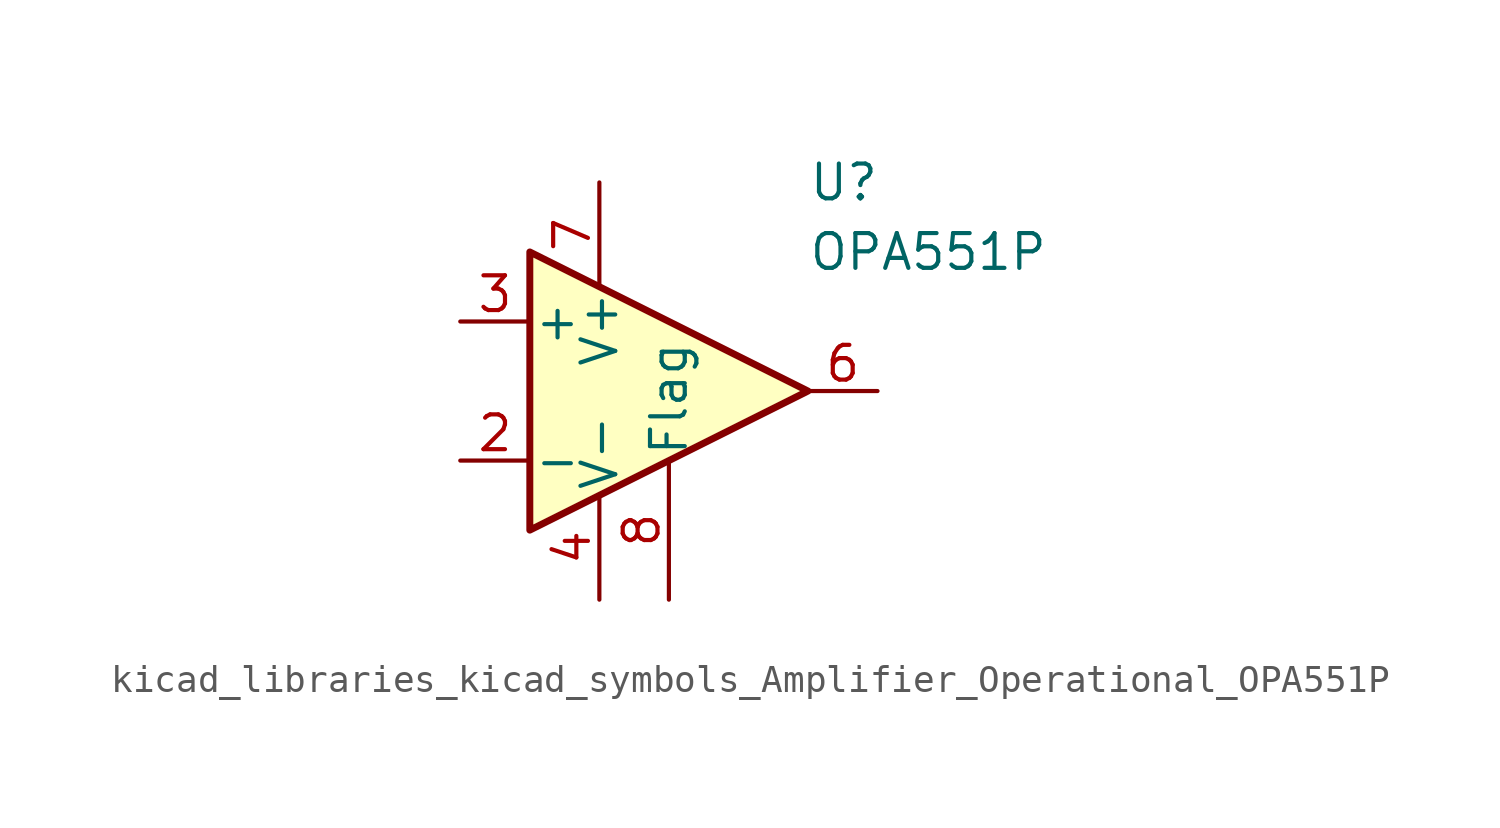
<source format=kicad_sym>
(kicad_symbol_lib
  (version 20220914)
  (generator kicad_symbol_editor)
  (symbol "kicad_libraries_kicad_symbols_Amplifier_Operational_OPA551P"
    (pin_names
      (offset 0.127))
    (property "Reference" "U"
      (at 5.08 7.62 0)
      (effects (font (size 1.27 1.27)) (justify left)))
    (property "Value" "OPA551P"
      (at 5.08 5.08 0)
      (effects (font (size 1.27 1.27)) (justify left)))
    (symbol "kicad_libraries_kicad_symbols_Amplifier_Operational_OPA551P_1_1"
      (polyline (pts (xy -5.08 5.08) (xy 5.08 0) (xy -5.08 -5.08) (xy -5.08 5.08)) (stroke (width 0.254) (type default)) (fill (type background)))
      (pin no_connect line (at 0 2.54 270) (length 3.81) hide (name "NC" (effects (font (size 0.508 0.508)))) (number "1" (effects (font (size 1.27 1.27)))))
      (pin input line (at -7.62 -2.54 0) (length 2.54) (name "-" (effects (font (size 1.27 1.27)))) (number "2" (effects (font (size 1.27 1.27)))))
      (pin input line (at -7.62 2.54 0) (length 2.54) (name "+" (effects (font (size 1.27 1.27)))) (number "3" (effects (font (size 1.27 1.27)))))
      (pin power_in line (at -2.54 -7.62 90) (length 3.81) (name "V-" (effects (font (size 1.27 1.27)))) (number "4" (effects (font (size 1.27 1.27)))))
      (pin no_connect line (at 0 -2.54 90) (length 3.81) hide (name "NC" (effects (font (size 0.508 0.508)))) (number "5" (effects (font (size 1.27 1.27)))))
      (pin output line (at 7.62 0 180) (length 2.54) (name "~" (effects (font (size 1.27 1.27)))) (number "6" (effects (font (size 1.27 1.27)))))
      (pin power_in line (at -2.54 7.62 270) (length 3.81) (name "V+" (effects (font (size 1.27 1.27)))) (number "7" (effects (font (size 1.27 1.27)))))
      (pin output line (at 0 -7.62 90) (length 5.08) (name "Flag" (effects (font (size 1.27 1.27)))) (number "8" (effects (font (size 1.27 1.27))))))))
</source>
